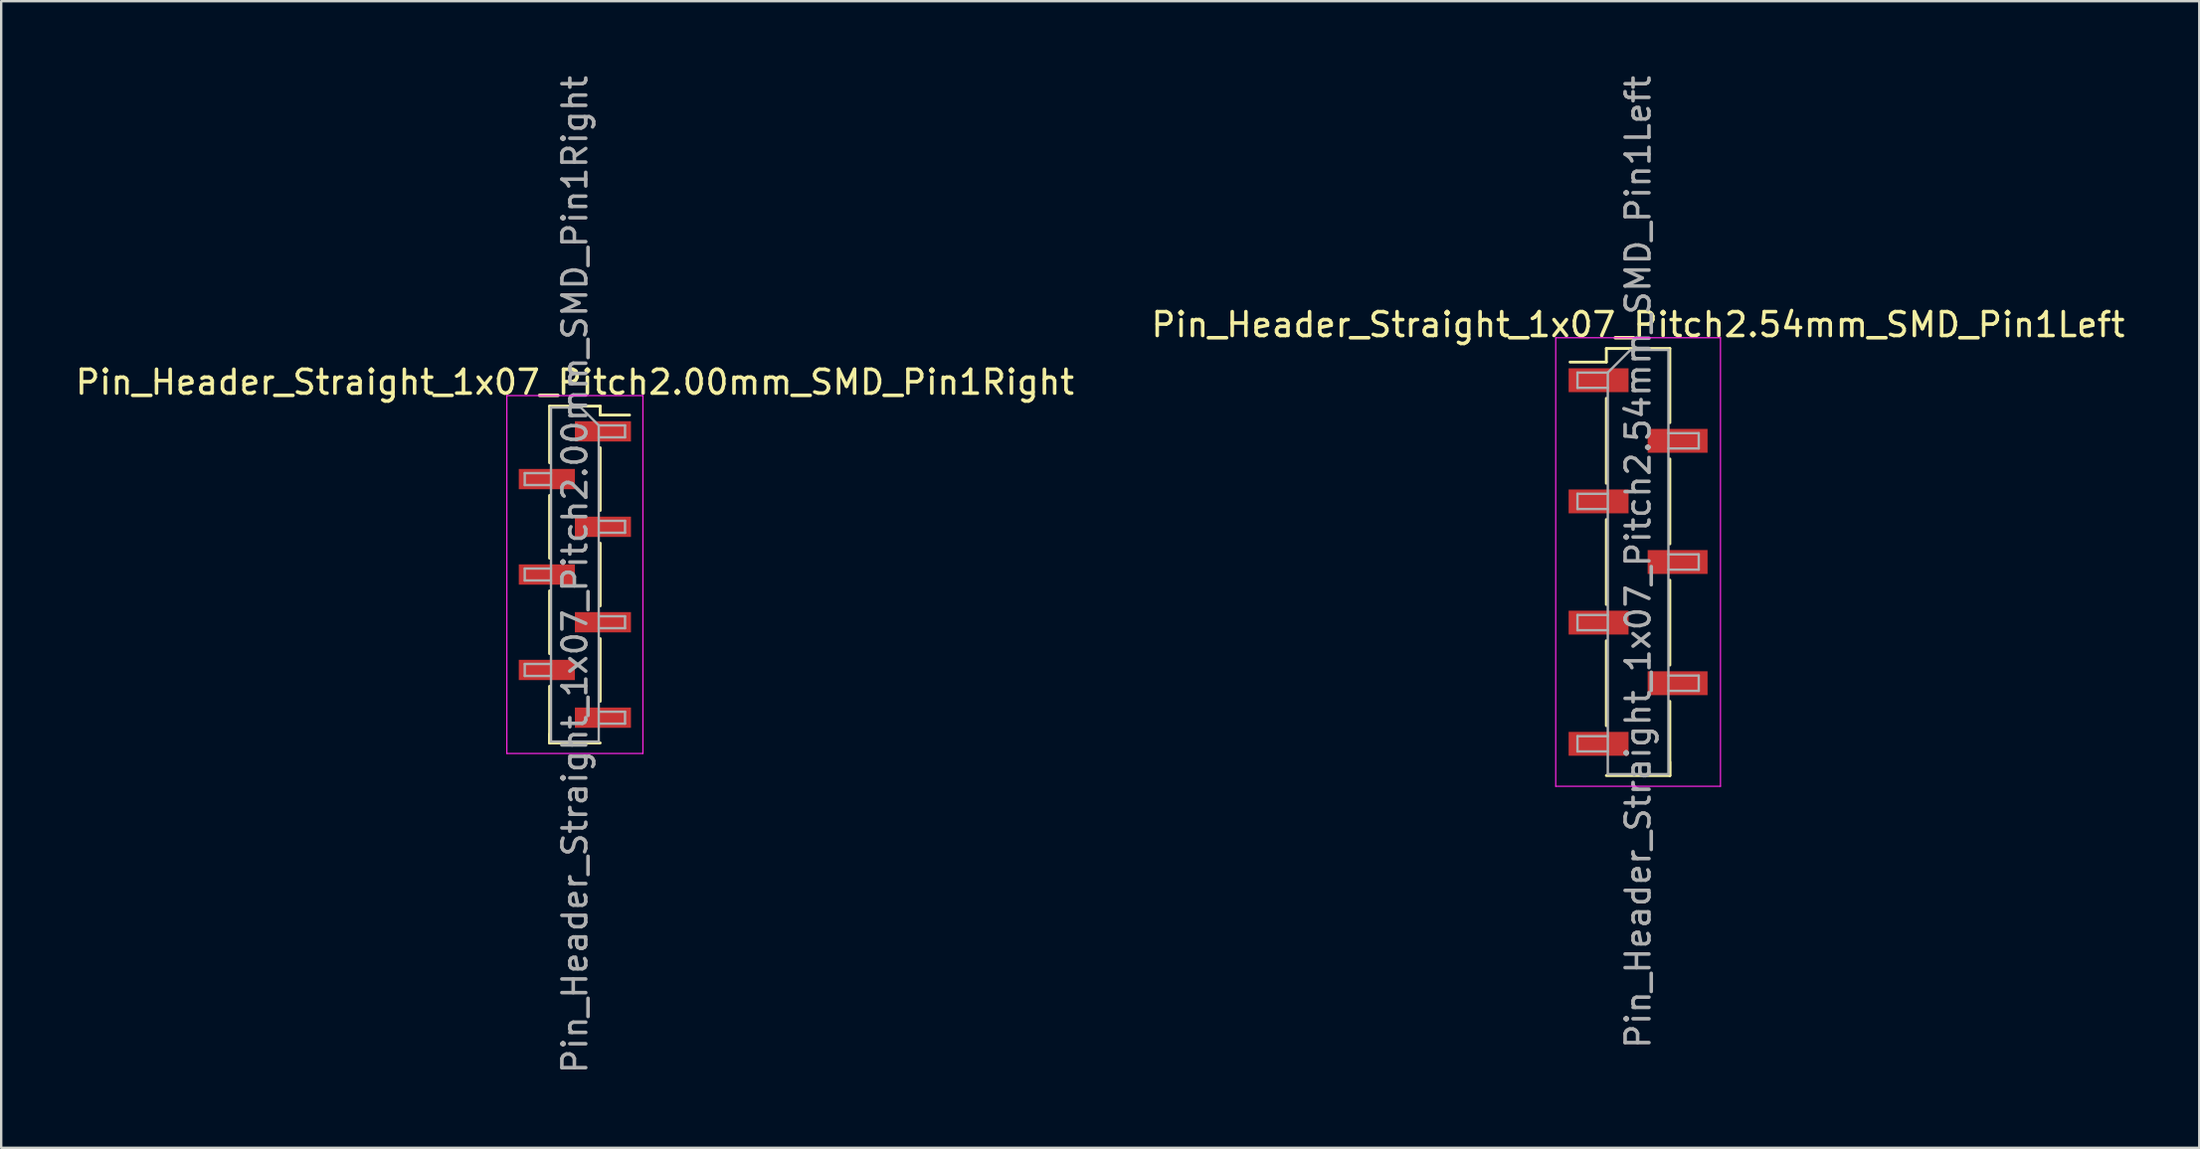
<source format=kicad_pcb>
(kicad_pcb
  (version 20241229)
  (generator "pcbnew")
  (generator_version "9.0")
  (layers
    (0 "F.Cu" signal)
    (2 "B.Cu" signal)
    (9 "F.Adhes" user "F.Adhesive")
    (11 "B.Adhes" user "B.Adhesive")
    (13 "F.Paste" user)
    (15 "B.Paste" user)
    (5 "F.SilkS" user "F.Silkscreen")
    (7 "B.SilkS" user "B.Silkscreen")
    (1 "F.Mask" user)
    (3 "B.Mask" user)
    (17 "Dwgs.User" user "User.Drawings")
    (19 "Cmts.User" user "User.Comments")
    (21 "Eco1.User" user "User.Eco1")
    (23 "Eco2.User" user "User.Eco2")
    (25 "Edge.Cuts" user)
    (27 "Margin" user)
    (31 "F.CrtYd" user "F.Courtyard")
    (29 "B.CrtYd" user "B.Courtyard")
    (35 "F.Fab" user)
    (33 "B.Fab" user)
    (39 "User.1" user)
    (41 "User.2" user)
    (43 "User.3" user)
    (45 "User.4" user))
  (footprint "Pin_Header_Straight_1x07_Pitch2.54mm_SMD_Pin1Left"
    (layer "F.Cu")
    (at 65.565 20.506)
    (property "Reference" "Pin_Header_Straight_1x07_Pitch2.54mm_SMD_Pin1Left" (at 0 -9.95 0) (layer "F.SilkS") (effects (font (size 1 1) (thickness 0.15))))
    (attr smd)
    (fp_line (start -1.33 -8.95) (end -1.33 -8.38) (stroke (width 0.12) (type solid)) (layer "F.SilkS"))
    (fp_line (start -1.33 -8.95) (end 1.33 -8.95) (stroke (width 0.12) (type solid)) (layer "F.SilkS"))
    (fp_line (start -1.33 -8.38) (end -2.85 -8.38) (stroke (width 0.12) (type solid)) (layer "F.SilkS"))
    (fp_line (start -1.33 -6.86) (end -1.33 -3.3) (stroke (width 0.12) (type solid)) (layer "F.SilkS"))
    (fp_line (start -1.33 -1.78) (end -1.33 1.78) (stroke (width 0.12) (type solid)) (layer "F.SilkS"))
    (fp_line (start -1.33 3.3) (end -1.33 6.86) (stroke (width 0.12) (type solid)) (layer "F.SilkS"))
    (fp_line (start -1.33 8.95) (end 1.33 8.95) (stroke (width 0.12) (type solid)) (layer "F.SilkS"))
    (fp_line (start 1.33 -8.95) (end 1.33 -5.84) (stroke (width 0.12) (type solid)) (layer "F.SilkS"))
    (fp_line (start 1.33 -4.32) (end 1.33 -0.76) (stroke (width 0.12) (type solid)) (layer "F.SilkS"))
    (fp_line (start 1.33 0.76) (end 1.33 4.32) (stroke (width 0.12) (type solid)) (layer "F.SilkS"))
    (fp_line (start 1.33 5.84) (end 1.33 8.95) (stroke (width 0.12) (type solid)) (layer "F.SilkS"))
    (fp_line (start 1.33 8.38) (end 1.33 8.95) (stroke (width 0.12) (type solid)) (layer "F.SilkS"))
    (fp_line (start -3.45 -9.4) (end -3.45 9.4) (stroke (width 0.05) (type solid)) (layer "F.CrtYd"))
    (fp_line (start -3.45 9.4) (end 3.45 9.4) (stroke (width 0.05) (type solid)) (layer "F.CrtYd"))
    (fp_line (start 3.45 -9.4) (end -3.45 -9.4) (stroke (width 0.05) (type solid)) (layer "F.CrtYd"))
    (fp_line (start 3.45 9.4) (end 3.45 -9.4) (stroke (width 0.05) (type solid)) (layer "F.CrtYd"))
    (fp_line (start -2.54 -7.94) (end -2.54 -7.3) (stroke (width 0.1) (type solid)) (layer "F.Fab"))
    (fp_line (start -2.54 -7.3) (end -1.27 -7.3) (stroke (width 0.1) (type solid)) (layer "F.Fab"))
    (fp_line (start -2.54 -2.86) (end -2.54 -2.22) (stroke (width 0.1) (type solid)) (layer "F.Fab"))
    (fp_line (start -2.54 -2.22) (end -1.27 -2.22) (stroke (width 0.1) (type solid)) (layer "F.Fab"))
    (fp_line (start -2.54 2.22) (end -2.54 2.86) (stroke (width 0.1) (type solid)) (layer "F.Fab"))
    (fp_line (start -2.54 2.86) (end -1.27 2.86) (stroke (width 0.1) (type solid)) (layer "F.Fab"))
    (fp_line (start -2.54 7.3) (end -2.54 7.94) (stroke (width 0.1) (type solid)) (layer "F.Fab"))
    (fp_line (start -2.54 7.94) (end -1.27 7.94) (stroke (width 0.1) (type solid)) (layer "F.Fab"))
    (fp_line (start -1.27 -7.94) (end -2.54 -7.94) (stroke (width 0.1) (type solid)) (layer "F.Fab"))
    (fp_line (start -1.27 -7.94) (end -0.32 -8.89) (stroke (width 0.1) (type solid)) (layer "F.Fab"))
    (fp_line (start -1.27 -2.86) (end -2.54 -2.86) (stroke (width 0.1) (type solid)) (layer "F.Fab"))
    (fp_line (start -1.27 2.22) (end -2.54 2.22) (stroke (width 0.1) (type solid)) (layer "F.Fab"))
    (fp_line (start -1.27 7.3) (end -2.54 7.3) (stroke (width 0.1) (type solid)) (layer "F.Fab"))
    (fp_line (start -1.27 8.89) (end -1.27 -7.94) (stroke (width 0.1) (type solid)) (layer "F.Fab"))
    (fp_line (start -0.32 -8.89) (end 1.27 -8.89) (stroke (width 0.1) (type solid)) (layer "F.Fab"))
    (fp_line (start 1.27 -8.89) (end 1.27 8.89) (stroke (width 0.1) (type solid)) (layer "F.Fab"))
    (fp_line (start 1.27 -5.4) (end 2.54 -5.4) (stroke (width 0.1) (type solid)) (layer "F.Fab"))
    (fp_line (start 1.27 -0.32) (end 2.54 -0.32) (stroke (width 0.1) (type solid)) (layer "F.Fab"))
    (fp_line (start 1.27 4.76) (end 2.54 4.76) (stroke (width 0.1) (type solid)) (layer "F.Fab"))
    (fp_line (start 1.27 8.89) (end -1.27 8.89) (stroke (width 0.1) (type solid)) (layer "F.Fab"))
    (fp_line (start 2.54 -5.4) (end 2.54 -4.76) (stroke (width 0.1) (type solid)) (layer "F.Fab"))
    (fp_line (start 2.54 -4.76) (end 1.27 -4.76) (stroke (width 0.1) (type solid)) (layer "F.Fab"))
    (fp_line (start 2.54 -0.32) (end 2.54 0.32) (stroke (width 0.1) (type solid)) (layer "F.Fab"))
    (fp_line (start 2.54 0.32) (end 1.27 0.32) (stroke (width 0.1) (type solid)) (layer "F.Fab"))
    (fp_line (start 2.54 4.76) (end 2.54 5.4) (stroke (width 0.1) (type solid)) (layer "F.Fab"))
    (fp_line (start 2.54 5.4) (end 1.27 5.4) (stroke (width 0.1) (type solid)) (layer "F.Fab"))
    (fp_text user "${REFERENCE}" (at 0 0 90) (layer "F.Fab") (effects (font (size 1 1) (thickness 0.15))))
    (pad "1" smd rect (at -1.655 -7.62) (size 2.51 1) (layers "F.Cu" "F.Mask" "F.Paste"))
    (pad "2" smd rect (at 1.655 -5.08) (size 2.51 1) (layers "F.Cu" "F.Mask" "F.Paste"))
    (pad "3" smd rect (at -1.655 -2.54) (size 2.51 1) (layers "F.Cu" "F.Mask" "F.Paste"))
    (pad "4" smd rect (at 1.655 0) (size 2.51 1) (layers "F.Cu" "F.Mask" "F.Paste"))
    (pad "5" smd rect (at -1.655 2.54) (size 2.51 1) (layers "F.Cu" "F.Mask" "F.Paste"))
    (pad "6" smd rect (at 1.655 5.08) (size 2.51 1) (layers "F.Cu" "F.Mask" "F.Paste"))
    (pad "7" smd rect (at -1.655 7.62) (size 2.51 1) (layers "F.Cu" "F.Mask" "F.Paste")))
  (footprint "Pin_Header_Straight_1x07_Pitch2.00mm_SMD_Pin1Right"
    (layer "F.Cu")
    (at 21.03 21.03)
    (property "Reference" "Pin_Header_Straight_1x07_Pitch2.00mm_SMD_Pin1Right" (at 0 -8.06 0) (layer "F.SilkS") (effects (font (size 1 1) (thickness 0.15))))
    (attr smd)
    (fp_line (start -1.06 -7.06) (end -1.06 -4.685) (stroke (width 0.12) (type solid)) (layer "F.SilkS"))
    (fp_line (start -1.06 -7.06) (end 1.06 -7.06) (stroke (width 0.12) (type solid)) (layer "F.SilkS"))
    (fp_line (start -1.06 -3.315) (end -1.06 -0.685) (stroke (width 0.12) (type solid)) (layer "F.SilkS"))
    (fp_line (start -1.06 0.685) (end -1.06 3.315) (stroke (width 0.12) (type solid)) (layer "F.SilkS"))
    (fp_line (start -1.06 4.685) (end -1.06 7.06) (stroke (width 0.12) (type solid)) (layer "F.SilkS"))
    (fp_line (start -1.06 6.685) (end -1.06 7.06) (stroke (width 0.12) (type solid)) (layer "F.SilkS"))
    (fp_line (start -1.06 7.06) (end 1.06 7.06) (stroke (width 0.12) (type solid)) (layer "F.SilkS"))
    (fp_line (start 1.06 -7.06) (end 1.06 -6.685) (stroke (width 0.12) (type solid)) (layer "F.SilkS"))
    (fp_line (start 1.06 -6.685) (end 2.29 -6.685) (stroke (width 0.12) (type solid)) (layer "F.SilkS"))
    (fp_line (start 1.06 -5.315) (end 1.06 -2.685) (stroke (width 0.12) (type solid)) (layer "F.SilkS"))
    (fp_line (start 1.06 -1.315) (end 1.06 1.315) (stroke (width 0.12) (type solid)) (layer "F.SilkS"))
    (fp_line (start 1.06 2.685) (end 1.06 5.315) (stroke (width 0.12) (type solid)) (layer "F.SilkS"))
    (fp_line (start -2.85 -7.5) (end -2.85 7.5) (stroke (width 0.05) (type solid)) (layer "F.CrtYd"))
    (fp_line (start -2.85 7.5) (end 2.85 7.5) (stroke (width 0.05) (type solid)) (layer "F.CrtYd"))
    (fp_line (start 2.85 -7.5) (end -2.85 -7.5) (stroke (width 0.05) (type solid)) (layer "F.CrtYd"))
    (fp_line (start 2.85 7.5) (end 2.85 -7.5) (stroke (width 0.05) (type solid)) (layer "F.CrtYd"))
    (fp_line (start -2.1 -4.25) (end -2.1 -3.75) (stroke (width 0.1) (type solid)) (layer "F.Fab"))
    (fp_line (start -2.1 -3.75) (end -1 -3.75) (stroke (width 0.1) (type solid)) (layer "F.Fab"))
    (fp_line (start -2.1 -0.25) (end -2.1 0.25) (stroke (width 0.1) (type solid)) (layer "F.Fab"))
    (fp_line (start -2.1 0.25) (end -1 0.25) (stroke (width 0.1) (type solid)) (layer "F.Fab"))
    (fp_line (start -2.1 3.75) (end -2.1 4.25) (stroke (width 0.1) (type solid)) (layer "F.Fab"))
    (fp_line (start -2.1 4.25) (end -1 4.25) (stroke (width 0.1) (type solid)) (layer "F.Fab"))
    (fp_line (start -1 -7) (end -1 7) (stroke (width 0.1) (type solid)) (layer "F.Fab"))
    (fp_line (start -1 -7) (end 0.25 -7) (stroke (width 0.1) (type solid)) (layer "F.Fab"))
    (fp_line (start -1 -4.25) (end -2.1 -4.25) (stroke (width 0.1) (type solid)) (layer "F.Fab"))
    (fp_line (start -1 -0.25) (end -2.1 -0.25) (stroke (width 0.1) (type solid)) (layer "F.Fab"))
    (fp_line (start -1 3.75) (end -2.1 3.75) (stroke (width 0.1) (type solid)) (layer "F.Fab"))
    (fp_line (start 1 -6.25) (end 0.25 -7) (stroke (width 0.1) (type solid)) (layer "F.Fab"))
    (fp_line (start 1 -6.25) (end 2.1 -6.25) (stroke (width 0.1) (type solid)) (layer "F.Fab"))
    (fp_line (start 1 -2.25) (end 2.1 -2.25) (stroke (width 0.1) (type solid)) (layer "F.Fab"))
    (fp_line (start 1 1.75) (end 2.1 1.75) (stroke (width 0.1) (type solid)) (layer "F.Fab"))
    (fp_line (start 1 5.75) (end 2.1 5.75) (stroke (width 0.1) (type solid)) (layer "F.Fab"))
    (fp_line (start 1 7) (end -1 7) (stroke (width 0.1) (type solid)) (layer "F.Fab"))
    (fp_line (start 1 7) (end 1 -6.25) (stroke (width 0.1) (type solid)) (layer "F.Fab"))
    (fp_line (start 2.1 -6.25) (end 2.1 -5.75) (stroke (width 0.1) (type solid)) (layer "F.Fab"))
    (fp_line (start 2.1 -5.75) (end 1 -5.75) (stroke (width 0.1) (type solid)) (layer "F.Fab"))
    (fp_line (start 2.1 -2.25) (end 2.1 -1.75) (stroke (width 0.1) (type solid)) (layer "F.Fab"))
    (fp_line (start 2.1 -1.75) (end 1 -1.75) (stroke (width 0.1) (type solid)) (layer "F.Fab"))
    (fp_line (start 2.1 1.75) (end 2.1 2.25) (stroke (width 0.1) (type solid)) (layer "F.Fab"))
    (fp_line (start 2.1 2.25) (end 1 2.25) (stroke (width 0.1) (type solid)) (layer "F.Fab"))
    (fp_line (start 2.1 5.75) (end 2.1 6.25) (stroke (width 0.1) (type solid)) (layer "F.Fab"))
    (fp_line (start 2.1 6.25) (end 1 6.25) (stroke (width 0.1) (type solid)) (layer "F.Fab"))
    (fp_text user "${REFERENCE}" (at 0 0 90) (layer "F.Fab") (effects (font (size 1 1) (thickness 0.15))))
    (pad "1" smd rect (at 1.175 -6) (size 2.35 0.85) (layers "F.Cu" "F.Mask" "F.Paste"))
    (pad "2" smd rect (at -1.175 -4) (size 2.35 0.85) (layers "F.Cu" "F.Mask" "F.Paste"))
    (pad "3" smd rect (at 1.175 -2) (size 2.35 0.85) (layers "F.Cu" "F.Mask" "F.Paste"))
    (pad "4" smd rect (at -1.175 0) (size 2.35 0.85) (layers "F.Cu" "F.Mask" "F.Paste"))
    (pad "5" smd rect (at 1.175 2) (size 2.35 0.85) (layers "F.Cu" "F.Mask" "F.Paste"))
    (pad "6" smd rect (at -1.175 4) (size 2.35 0.85) (layers "F.Cu" "F.Mask" "F.Paste"))
    (pad "7" smd rect (at 1.175 6) (size 2.35 0.85) (layers "F.Cu" "F.Mask" "F.Paste")))
  (gr_rect
    (start -3 -3)
    (end 89.071 45.06)
    (stroke (width 0.1) (type default))
    (fill no)
    (layer "Edge.Cuts")))
</source>
